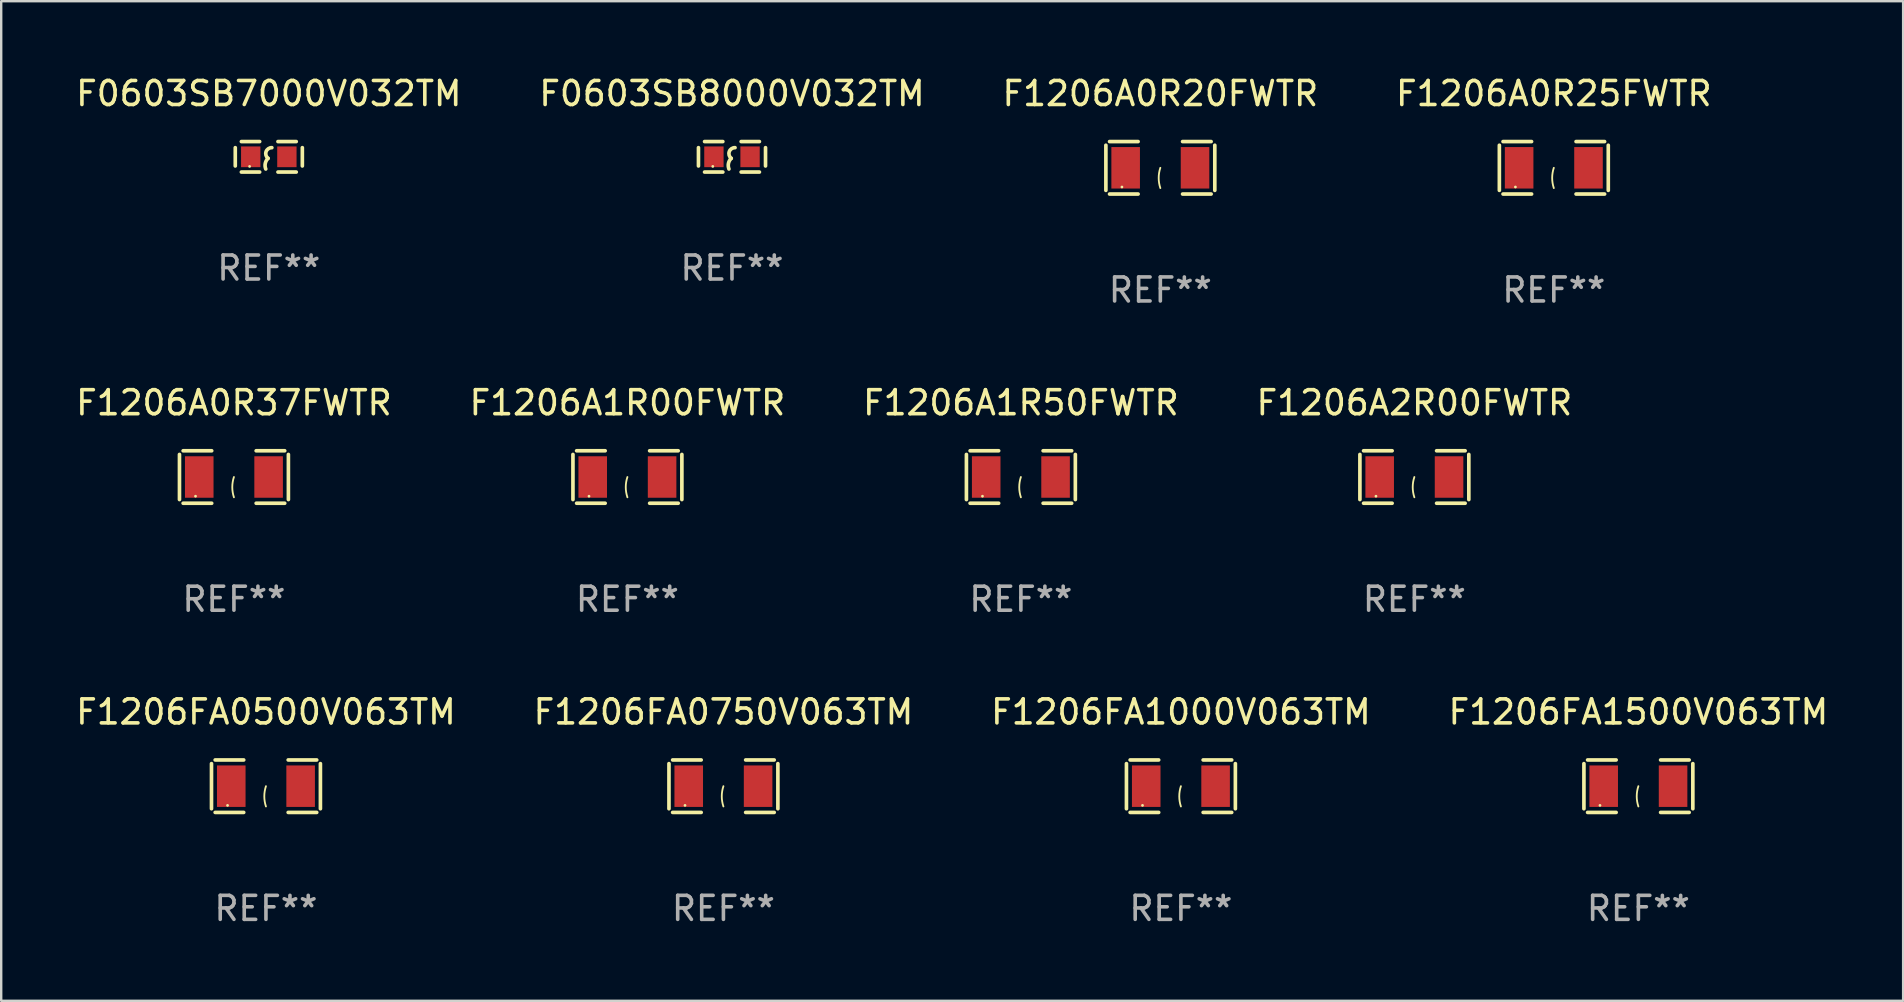
<source format=kicad_pcb>
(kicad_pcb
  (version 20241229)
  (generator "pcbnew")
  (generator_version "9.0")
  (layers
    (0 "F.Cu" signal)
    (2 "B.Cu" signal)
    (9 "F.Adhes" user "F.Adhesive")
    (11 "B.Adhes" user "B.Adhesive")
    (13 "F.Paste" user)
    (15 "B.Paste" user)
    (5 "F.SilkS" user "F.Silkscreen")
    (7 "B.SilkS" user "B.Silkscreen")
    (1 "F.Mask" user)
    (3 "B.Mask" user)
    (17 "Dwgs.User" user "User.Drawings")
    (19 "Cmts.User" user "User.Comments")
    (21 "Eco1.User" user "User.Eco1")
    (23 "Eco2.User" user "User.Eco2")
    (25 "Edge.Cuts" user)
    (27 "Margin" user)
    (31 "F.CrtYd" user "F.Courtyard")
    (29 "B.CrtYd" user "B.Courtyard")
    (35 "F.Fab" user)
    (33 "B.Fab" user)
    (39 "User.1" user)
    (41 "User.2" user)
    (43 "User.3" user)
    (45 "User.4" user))
  (footprint "F1206FA1500V063TM"
    (layer "F.Cu")
    (at 65.208 29.704)
    (property "Reference" "F1206FA1500V063TM" (at 0 -3.093 0) (layer "F.SilkS") (effects (font (size 1 1) (thickness 0.15))))
    (attr through_hole)
    (fp_line (start -2.269 -0.94) (end -2.269 0.94) (stroke (width 0.152) (type solid)) (layer "F.SilkS"))
    (fp_line (start -2.116 1.093) (end -0.926 1.093) (stroke (width 0.152) (type solid)) (layer "F.SilkS"))
    (fp_line (start -0.926 -1.093) (end -2.116 -1.093) (stroke (width 0.152) (type solid)) (layer "F.SilkS"))
    (fp_line (start 0.926 -1.093) (end 2.116 -1.093) (stroke (width 0.152) (type solid)) (layer "F.SilkS"))
    (fp_line (start 2.116 1.093) (end 0.926 1.093) (stroke (width 0.152) (type solid)) (layer "F.SilkS"))
    (fp_line (start 2.269 -0.94) (end 2.269 0.94) (stroke (width 0.152) (type solid)) (layer "F.SilkS"))
    (fp_arc (start 0 0.844951) (mid -0.068559 0.422475) (end 0 0) (stroke (width 0.0762) (type solid)) (layer "F.SilkS"))
    (fp_circle (center -1.6 0.8) (end -1.57 0.8) (stroke (width 0.06) (type solid)) (fill no) (layer "F.SilkS"))
    (fp_text user "REF**" (at 0 5.093 0) (layer "F.Fab") (effects (font (size 1 1) (thickness 0.15))))
    (pad "1" smd rect (at -1.445 0) (size 1.19 1.728) (layers "F.Cu" "F.Mask" "F.Paste"))
    (pad "2" smd rect (at 1.445 0) (size 1.19 1.728) (layers "F.Cu" "F.Mask" "F.Paste")))
  (footprint "F1206A2R00FWTR"
    (layer "F.Cu")
    (at 55.875 16.823)
    (property "Reference" "F1206A2R00FWTR" (at 0 -3.093 0) (layer "F.SilkS") (effects (font (size 1 1) (thickness 0.15))))
    (attr through_hole)
    (fp_line (start -2.269 -0.94) (end -2.269 0.94) (stroke (width 0.152) (type solid)) (layer "F.SilkS"))
    (fp_line (start -2.116 1.093) (end -0.926 1.093) (stroke (width 0.152) (type solid)) (layer "F.SilkS"))
    (fp_line (start -0.926 -1.093) (end -2.116 -1.093) (stroke (width 0.152) (type solid)) (layer "F.SilkS"))
    (fp_line (start 0.926 -1.093) (end 2.116 -1.093) (stroke (width 0.152) (type solid)) (layer "F.SilkS"))
    (fp_line (start 2.116 1.093) (end 0.926 1.093) (stroke (width 0.152) (type solid)) (layer "F.SilkS"))
    (fp_line (start 2.269 -0.94) (end 2.269 0.94) (stroke (width 0.152) (type solid)) (layer "F.SilkS"))
    (fp_arc (start 0 0.844951) (mid -0.068559 0.422475) (end 0 0) (stroke (width 0.0762) (type solid)) (layer "F.SilkS"))
    (fp_circle (center -1.6 0.8) (end -1.57 0.8) (stroke (width 0.06) (type solid)) (fill no) (layer "F.SilkS"))
    (fp_text user "REF**" (at 0 5.093 0) (layer "F.Fab") (effects (font (size 1 1) (thickness 0.15))))
    (pad "1" smd rect (at -1.445 0) (size 1.19 1.728) (layers "F.Cu" "F.Mask" "F.Paste"))
    (pad "2" smd rect (at 1.445 0) (size 1.19 1.728) (layers "F.Cu" "F.Mask" "F.Paste")))
  (footprint "F1206A0R37FWTR"
    (layer "F.Cu")
    (at 6.696 16.823)
    (property "Reference" "F1206A0R37FWTR" (at 0 -3.093 0) (layer "F.SilkS") (effects (font (size 1 1) (thickness 0.15))))
    (attr through_hole)
    (fp_line (start -2.269 -0.94) (end -2.269 0.94) (stroke (width 0.152) (type solid)) (layer "F.SilkS"))
    (fp_line (start -2.116 1.093) (end -0.926 1.093) (stroke (width 0.152) (type solid)) (layer "F.SilkS"))
    (fp_line (start -0.926 -1.093) (end -2.116 -1.093) (stroke (width 0.152) (type solid)) (layer "F.SilkS"))
    (fp_line (start 0.926 -1.093) (end 2.116 -1.093) (stroke (width 0.152) (type solid)) (layer "F.SilkS"))
    (fp_line (start 2.116 1.093) (end 0.926 1.093) (stroke (width 0.152) (type solid)) (layer "F.SilkS"))
    (fp_line (start 2.269 -0.94) (end 2.269 0.94) (stroke (width 0.152) (type solid)) (layer "F.SilkS"))
    (fp_arc (start 0 0.844951) (mid -0.068559 0.422475) (end 0 0) (stroke (width 0.0762) (type solid)) (layer "F.SilkS"))
    (fp_circle (center -1.6 0.8) (end -1.57 0.8) (stroke (width 0.06) (type solid)) (fill no) (layer "F.SilkS"))
    (fp_text user "REF**" (at 0 5.093 0) (layer "F.Fab") (effects (font (size 1 1) (thickness 0.15))))
    (pad "1" smd rect (at -1.445 0) (size 1.19 1.728) (layers "F.Cu" "F.Mask" "F.Paste"))
    (pad "2" smd rect (at 1.445 0) (size 1.19 1.728) (layers "F.Cu" "F.Mask" "F.Paste")))
  (footprint "F1206A1R00FWTR"
    (layer "F.Cu")
    (at 23.089 16.823)
    (property "Reference" "F1206A1R00FWTR" (at 0 -3.093 0) (layer "F.SilkS") (effects (font (size 1 1) (thickness 0.15))))
    (attr through_hole)
    (fp_line (start -2.269 -0.94) (end -2.269 0.94) (stroke (width 0.152) (type solid)) (layer "F.SilkS"))
    (fp_line (start -2.116 1.093) (end -0.926 1.093) (stroke (width 0.152) (type solid)) (layer "F.SilkS"))
    (fp_line (start -0.926 -1.093) (end -2.116 -1.093) (stroke (width 0.152) (type solid)) (layer "F.SilkS"))
    (fp_line (start 0.926 -1.093) (end 2.116 -1.093) (stroke (width 0.152) (type solid)) (layer "F.SilkS"))
    (fp_line (start 2.116 1.093) (end 0.926 1.093) (stroke (width 0.152) (type solid)) (layer "F.SilkS"))
    (fp_line (start 2.269 -0.94) (end 2.269 0.94) (stroke (width 0.152) (type solid)) (layer "F.SilkS"))
    (fp_arc (start 0 0.844951) (mid -0.068559 0.422475) (end 0 0) (stroke (width 0.0762) (type solid)) (layer "F.SilkS"))
    (fp_circle (center -1.6 0.8) (end -1.57 0.8) (stroke (width 0.06) (type solid)) (fill no) (layer "F.SilkS"))
    (fp_text user "REF**" (at 0 5.093 0) (layer "F.Fab") (effects (font (size 1 1) (thickness 0.15))))
    (pad "1" smd rect (at -1.445 0) (size 1.19 1.728) (layers "F.Cu" "F.Mask" "F.Paste"))
    (pad "2" smd rect (at 1.445 0) (size 1.19 1.728) (layers "F.Cu" "F.Mask" "F.Paste")))
  (footprint "F1206A0R25FWTR"
    (layer "F.Cu")
    (at 61.685 3.941)
    (property "Reference" "F1206A0R25FWTR" (at 0 -3.093 0) (layer "F.SilkS") (effects (font (size 1 1) (thickness 0.15))))
    (attr through_hole)
    (fp_line (start -2.269 -0.94) (end -2.269 0.94) (stroke (width 0.152) (type solid)) (layer "F.SilkS"))
    (fp_line (start -2.116 1.093) (end -0.926 1.093) (stroke (width 0.152) (type solid)) (layer "F.SilkS"))
    (fp_line (start -0.926 -1.093) (end -2.116 -1.093) (stroke (width 0.152) (type solid)) (layer "F.SilkS"))
    (fp_line (start 0.926 -1.093) (end 2.116 -1.093) (stroke (width 0.152) (type solid)) (layer "F.SilkS"))
    (fp_line (start 2.116 1.093) (end 0.926 1.093) (stroke (width 0.152) (type solid)) (layer "F.SilkS"))
    (fp_line (start 2.269 -0.94) (end 2.269 0.94) (stroke (width 0.152) (type solid)) (layer "F.SilkS"))
    (fp_arc (start 0 0.844951) (mid -0.068559 0.422475) (end 0 0) (stroke (width 0.0762) (type solid)) (layer "F.SilkS"))
    (fp_circle (center -1.6 0.8) (end -1.57 0.8) (stroke (width 0.06) (type solid)) (fill no) (layer "F.SilkS"))
    (fp_text user "REF**" (at 0 5.093 0) (layer "F.Fab") (effects (font (size 1 1) (thickness 0.15))))
    (pad "1" smd rect (at -1.445 0) (size 1.19 1.728) (layers "F.Cu" "F.Mask" "F.Paste"))
    (pad "2" smd rect (at 1.445 0) (size 1.19 1.728) (layers "F.Cu" "F.Mask" "F.Paste")))
  (footprint "F1206FA1000V063TM"
    (layer "F.Cu")
    (at 46.149 29.704)
    (property "Reference" "F1206FA1000V063TM" (at 0 -3.093 0) (layer "F.SilkS") (effects (font (size 1 1) (thickness 0.15))))
    (attr through_hole)
    (fp_line (start -2.269 -0.94) (end -2.269 0.94) (stroke (width 0.152) (type solid)) (layer "F.SilkS"))
    (fp_line (start -2.116 1.093) (end -0.926 1.093) (stroke (width 0.152) (type solid)) (layer "F.SilkS"))
    (fp_line (start -0.926 -1.093) (end -2.116 -1.093) (stroke (width 0.152) (type solid)) (layer "F.SilkS"))
    (fp_line (start 0.926 -1.093) (end 2.116 -1.093) (stroke (width 0.152) (type solid)) (layer "F.SilkS"))
    (fp_line (start 2.116 1.093) (end 0.926 1.093) (stroke (width 0.152) (type solid)) (layer "F.SilkS"))
    (fp_line (start 2.269 -0.94) (end 2.269 0.94) (stroke (width 0.152) (type solid)) (layer "F.SilkS"))
    (fp_arc (start 0 0.844951) (mid -0.068559 0.422475) (end 0 0) (stroke (width 0.0762) (type solid)) (layer "F.SilkS"))
    (fp_circle (center -1.6 0.8) (end -1.57 0.8) (stroke (width 0.06) (type solid)) (fill no) (layer "F.SilkS"))
    (fp_text user "REF**" (at 0 5.093 0) (layer "F.Fab") (effects (font (size 1 1) (thickness 0.15))))
    (pad "1" smd rect (at -1.445 0) (size 1.19 1.728) (layers "F.Cu" "F.Mask" "F.Paste"))
    (pad "2" smd rect (at 1.445 0) (size 1.19 1.728) (layers "F.Cu" "F.Mask" "F.Paste")))
  (footprint "F1206FA0500V063TM"
    (layer "F.Cu")
    (at 8.03 29.704)
    (property "Reference" "F1206FA0500V063TM" (at 0 -3.093 0) (layer "F.SilkS") (effects (font (size 1 1) (thickness 0.15))))
    (attr through_hole)
    (fp_line (start -2.269 -0.94) (end -2.269 0.94) (stroke (width 0.152) (type solid)) (layer "F.SilkS"))
    (fp_line (start -2.116 1.093) (end -0.926 1.093) (stroke (width 0.152) (type solid)) (layer "F.SilkS"))
    (fp_line (start -0.926 -1.093) (end -2.116 -1.093) (stroke (width 0.152) (type solid)) (layer "F.SilkS"))
    (fp_line (start 0.926 -1.093) (end 2.116 -1.093) (stroke (width 0.152) (type solid)) (layer "F.SilkS"))
    (fp_line (start 2.116 1.093) (end 0.926 1.093) (stroke (width 0.152) (type solid)) (layer "F.SilkS"))
    (fp_line (start 2.269 -0.94) (end 2.269 0.94) (stroke (width 0.152) (type solid)) (layer "F.SilkS"))
    (fp_arc (start 0 0.844951) (mid -0.068559 0.422475) (end 0 0) (stroke (width 0.0762) (type solid)) (layer "F.SilkS"))
    (fp_circle (center -1.6 0.8) (end -1.57 0.8) (stroke (width 0.06) (type solid)) (fill no) (layer "F.SilkS"))
    (fp_text user "REF**" (at 0 5.093 0) (layer "F.Fab") (effects (font (size 1 1) (thickness 0.15))))
    (pad "1" smd rect (at -1.445 0) (size 1.19 1.728) (layers "F.Cu" "F.Mask" "F.Paste"))
    (pad "2" smd rect (at 1.445 0) (size 1.19 1.728) (layers "F.Cu" "F.Mask" "F.Paste")))
  (footprint "F1206A1R50FWTR"
    (layer "F.Cu")
    (at 39.482 16.823)
    (property "Reference" "F1206A1R50FWTR" (at 0 -3.093 0) (layer "F.SilkS") (effects (font (size 1 1) (thickness 0.15))))
    (attr through_hole)
    (fp_line (start -2.269 -0.94) (end -2.269 0.94) (stroke (width 0.152) (type solid)) (layer "F.SilkS"))
    (fp_line (start -2.116 1.093) (end -0.926 1.093) (stroke (width 0.152) (type solid)) (layer "F.SilkS"))
    (fp_line (start -0.926 -1.093) (end -2.116 -1.093) (stroke (width 0.152) (type solid)) (layer "F.SilkS"))
    (fp_line (start 0.926 -1.093) (end 2.116 -1.093) (stroke (width 0.152) (type solid)) (layer "F.SilkS"))
    (fp_line (start 2.116 1.093) (end 0.926 1.093) (stroke (width 0.152) (type solid)) (layer "F.SilkS"))
    (fp_line (start 2.269 -0.94) (end 2.269 0.94) (stroke (width 0.152) (type solid)) (layer "F.SilkS"))
    (fp_arc (start 0 0.844951) (mid -0.068559 0.422475) (end 0 0) (stroke (width 0.0762) (type solid)) (layer "F.SilkS"))
    (fp_circle (center -1.6 0.8) (end -1.57 0.8) (stroke (width 0.06) (type solid)) (fill no) (layer "F.SilkS"))
    (fp_text user "REF**" (at 0 5.093 0) (layer "F.Fab") (effects (font (size 1 1) (thickness 0.15))))
    (pad "1" smd rect (at -1.445 0) (size 1.19 1.728) (layers "F.Cu" "F.Mask" "F.Paste"))
    (pad "2" smd rect (at 1.445 0) (size 1.19 1.728) (layers "F.Cu" "F.Mask" "F.Paste")))
  (footprint "F0603SB7000V032TM"
    (layer "F.Cu")
    (at 8.149 3.483)
    (property "Reference" "F0603SB7000V032TM" (at 0 -2.635 0) (layer "F.SilkS") (effects (font (size 1 1) (thickness 0.15))))
    (attr through_hole)
    (fp_line (start -1.397 -0.381) (end -1.397 0.381) (stroke (width 0.152) (type solid)) (layer "F.SilkS"))
    (fp_line (start -0.381 -0.635) (end -1.143 -0.635) (stroke (width 0.152) (type solid)) (layer "F.SilkS"))
    (fp_line (start -0.381 0.635) (end -1.143 0.635) (stroke (width 0.152) (type solid)) (layer "F.SilkS"))
    (fp_line (start 0.381 -0.635) (end 1.143 -0.635) (stroke (width 0.152) (type solid)) (layer "F.SilkS"))
    (fp_line (start 0.381 0.635) (end 1.143 0.635) (stroke (width 0.152) (type solid)) (layer "F.SilkS"))
    (fp_line (start 1.397 -0.381) (end 1.397 0.381) (stroke (width 0.152) (type solid)) (layer "F.SilkS"))
    (fp_arc (start -0.127 0.508001) (mid -0.146523 0.271131) (end -0.030861 0.0635) (stroke (width 0.151994) (type solid)) (layer "F.SilkS"))
    (fp_arc (start -0.03175 0.0635) (mid -0.113571 -0.216321) (end 0.127001 -0.381002) (stroke (width 0.151994) (type solid)) (layer "F.SilkS"))
    (fp_circle (center -0.8 0.4) (end -0.77 0.4) (stroke (width 0.06) (type solid)) (fill no) (layer "F.SilkS"))
    (fp_text user "REF**" (at 0 4.635 0) (layer "F.Fab") (effects (font (size 1 1) (thickness 0.15))))
    (pad "1" smd rect (at -0.753 0) (size 0.806 0.864) (layers "F.Cu" "F.Mask" "F.Paste"))
    (pad "2" smd rect (at 0.753 0) (size 0.806 0.864) (layers "F.Cu" "F.Mask" "F.Paste")))
  (footprint "F1206FA0750V063TM"
    (layer "F.Cu")
    (at 27.089 29.704)
    (property "Reference" "F1206FA0750V063TM" (at 0 -3.093 0) (layer "F.SilkS") (effects (font (size 1 1) (thickness 0.15))))
    (attr through_hole)
    (fp_line (start -2.269 -0.94) (end -2.269 0.94) (stroke (width 0.152) (type solid)) (layer "F.SilkS"))
    (fp_line (start -2.116 1.093) (end -0.926 1.093) (stroke (width 0.152) (type solid)) (layer "F.SilkS"))
    (fp_line (start -0.926 -1.093) (end -2.116 -1.093) (stroke (width 0.152) (type solid)) (layer "F.SilkS"))
    (fp_line (start 0.926 -1.093) (end 2.116 -1.093) (stroke (width 0.152) (type solid)) (layer "F.SilkS"))
    (fp_line (start 2.116 1.093) (end 0.926 1.093) (stroke (width 0.152) (type solid)) (layer "F.SilkS"))
    (fp_line (start 2.269 -0.94) (end 2.269 0.94) (stroke (width 0.152) (type solid)) (layer "F.SilkS"))
    (fp_arc (start 0 0.844951) (mid -0.068559 0.422475) (end 0 0) (stroke (width 0.0762) (type solid)) (layer "F.SilkS"))
    (fp_circle (center -1.6 0.8) (end -1.57 0.8) (stroke (width 0.06) (type solid)) (fill no) (layer "F.SilkS"))
    (fp_text user "REF**" (at 0 5.093 0) (layer "F.Fab") (effects (font (size 1 1) (thickness 0.15))))
    (pad "1" smd rect (at -1.445 0) (size 1.19 1.728) (layers "F.Cu" "F.Mask" "F.Paste"))
    (pad "2" smd rect (at 1.445 0) (size 1.19 1.728) (layers "F.Cu" "F.Mask" "F.Paste")))
  (footprint "F0603SB8000V032TM"
    (layer "F.Cu")
    (at 27.446 3.483)
    (property "Reference" "F0603SB8000V032TM" (at 0 -2.635 0) (layer "F.SilkS") (effects (font (size 1 1) (thickness 0.15))))
    (attr through_hole)
    (fp_line (start -1.397 -0.381) (end -1.397 0.381) (stroke (width 0.152) (type solid)) (layer "F.SilkS"))
    (fp_line (start -0.381 -0.635) (end -1.143 -0.635) (stroke (width 0.152) (type solid)) (layer "F.SilkS"))
    (fp_line (start -0.381 0.635) (end -1.143 0.635) (stroke (width 0.152) (type solid)) (layer "F.SilkS"))
    (fp_line (start 0.381 -0.635) (end 1.143 -0.635) (stroke (width 0.152) (type solid)) (layer "F.SilkS"))
    (fp_line (start 0.381 0.635) (end 1.143 0.635) (stroke (width 0.152) (type solid)) (layer "F.SilkS"))
    (fp_line (start 1.397 -0.381) (end 1.397 0.381) (stroke (width 0.152) (type solid)) (layer "F.SilkS"))
    (fp_arc (start -0.127 0.508001) (mid -0.146523 0.271131) (end -0.030861 0.0635) (stroke (width 0.151994) (type solid)) (layer "F.SilkS"))
    (fp_arc (start -0.03175 0.0635) (mid -0.113571 -0.216321) (end 0.127001 -0.381002) (stroke (width 0.151994) (type solid)) (layer "F.SilkS"))
    (fp_circle (center -0.8 0.4) (end -0.77 0.4) (stroke (width 0.06) (type solid)) (fill no) (layer "F.SilkS"))
    (fp_text user "REF**" (at 0 4.635 0) (layer "F.Fab") (effects (font (size 1 1) (thickness 0.15))))
    (pad "1" smd rect (at -0.753 0) (size 0.806 0.864) (layers "F.Cu" "F.Mask" "F.Paste"))
    (pad "2" smd rect (at 0.753 0) (size 0.806 0.864) (layers "F.Cu" "F.Mask" "F.Paste")))
  (footprint "F1206A0R20FWTR"
    (layer "F.Cu")
    (at 45.292 3.941)
    (property "Reference" "F1206A0R20FWTR" (at 0 -3.093 0) (layer "F.SilkS") (effects (font (size 1 1) (thickness 0.15))))
    (attr through_hole)
    (fp_line (start -2.269 -0.94) (end -2.269 0.94) (stroke (width 0.152) (type solid)) (layer "F.SilkS"))
    (fp_line (start -2.116 1.093) (end -0.926 1.093) (stroke (width 0.152) (type solid)) (layer "F.SilkS"))
    (fp_line (start -0.926 -1.093) (end -2.116 -1.093) (stroke (width 0.152) (type solid)) (layer "F.SilkS"))
    (fp_line (start 0.926 -1.093) (end 2.116 -1.093) (stroke (width 0.152) (type solid)) (layer "F.SilkS"))
    (fp_line (start 2.116 1.093) (end 0.926 1.093) (stroke (width 0.152) (type solid)) (layer "F.SilkS"))
    (fp_line (start 2.269 -0.94) (end 2.269 0.94) (stroke (width 0.152) (type solid)) (layer "F.SilkS"))
    (fp_arc (start 0 0.844951) (mid -0.068559 0.422475) (end 0 0) (stroke (width 0.0762) (type solid)) (layer "F.SilkS"))
    (fp_circle (center -1.6 0.8) (end -1.57 0.8) (stroke (width 0.06) (type solid)) (fill no) (layer "F.SilkS"))
    (fp_text user "REF**" (at 0 5.093 0) (layer "F.Fab") (effects (font (size 1 1) (thickness 0.15))))
    (pad "1" smd rect (at -1.445 0) (size 1.19 1.728) (layers "F.Cu" "F.Mask" "F.Paste"))
    (pad "2" smd rect (at 1.445 0) (size 1.19 1.728) (layers "F.Cu" "F.Mask" "F.Paste")))
  (gr_rect
    (start -3 -3)
    (end 76.238 38.645)
    (stroke (width 0.1) (type default))
    (fill no)
    (layer "Edge.Cuts")))
</source>
